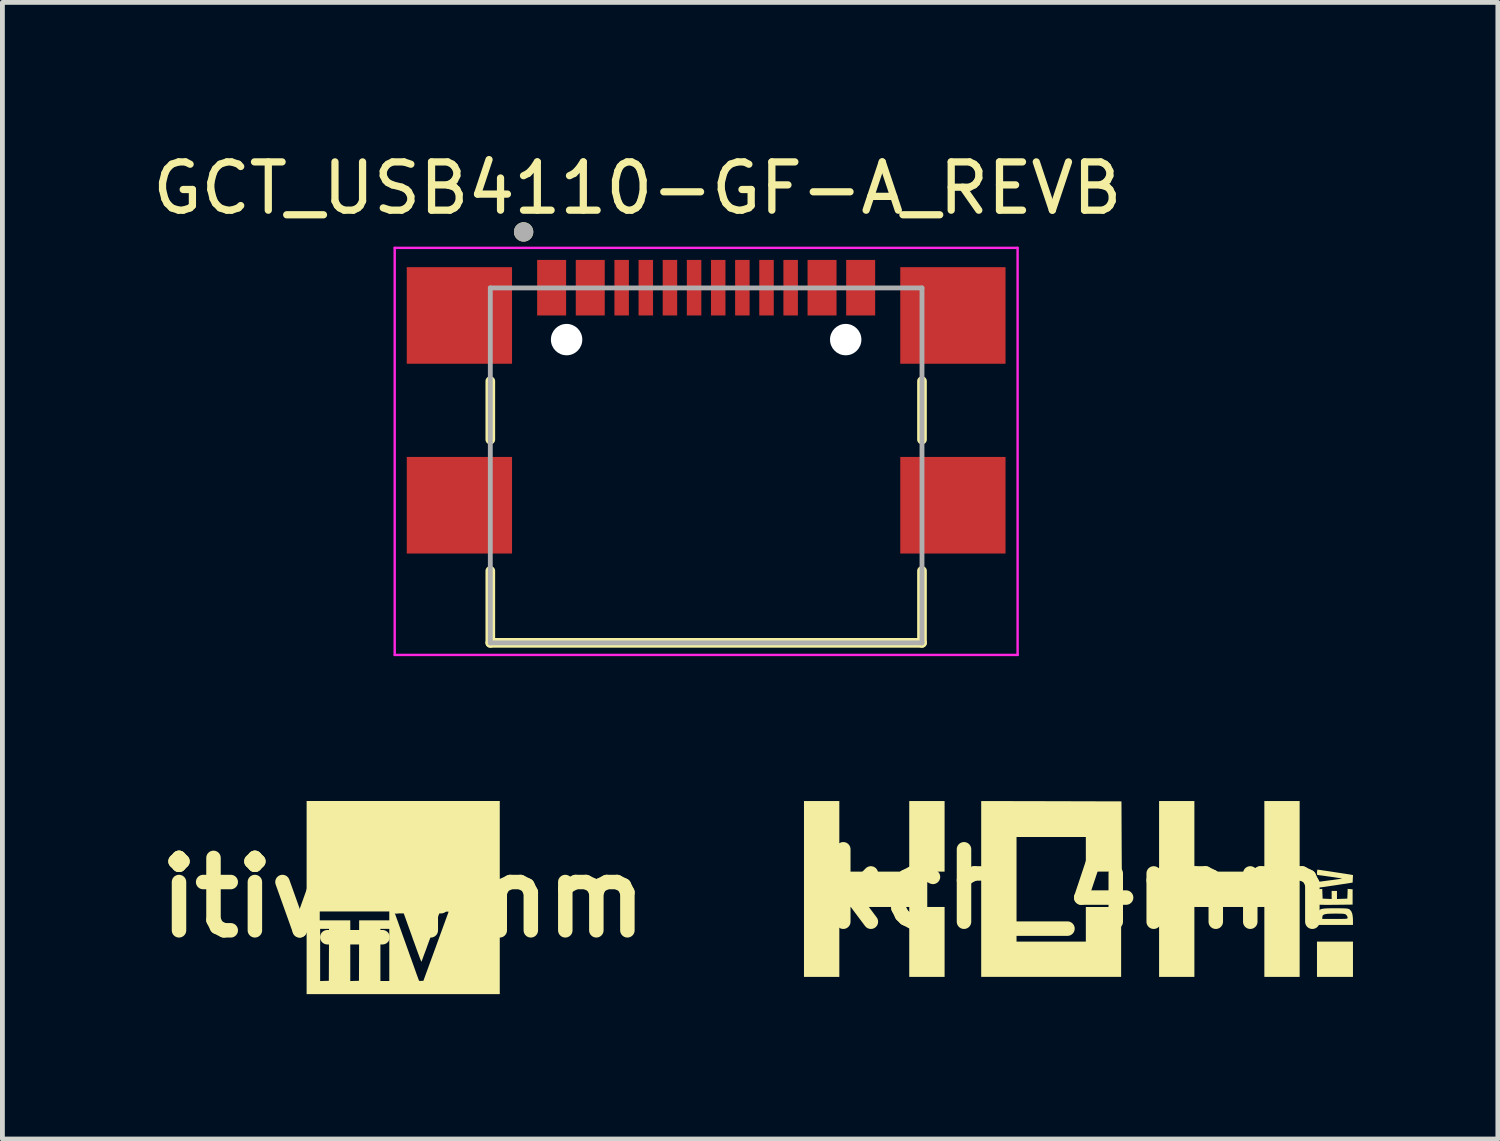
<source format=kicad_pcb>
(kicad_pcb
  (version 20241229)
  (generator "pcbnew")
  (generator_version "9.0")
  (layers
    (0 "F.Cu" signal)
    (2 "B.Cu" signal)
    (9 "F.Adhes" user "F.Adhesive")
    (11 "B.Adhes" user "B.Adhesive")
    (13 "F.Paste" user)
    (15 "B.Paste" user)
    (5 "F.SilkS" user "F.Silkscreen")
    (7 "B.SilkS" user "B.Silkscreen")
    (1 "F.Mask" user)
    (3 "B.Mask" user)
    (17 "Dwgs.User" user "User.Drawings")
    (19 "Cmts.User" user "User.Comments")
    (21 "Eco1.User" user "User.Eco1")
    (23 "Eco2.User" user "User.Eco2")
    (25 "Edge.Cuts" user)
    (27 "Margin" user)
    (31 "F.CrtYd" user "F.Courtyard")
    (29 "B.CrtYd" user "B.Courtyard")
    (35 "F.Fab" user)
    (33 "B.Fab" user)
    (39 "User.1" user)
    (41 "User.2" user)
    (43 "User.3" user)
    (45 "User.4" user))
  (footprint "GCT_USB4110-GF-A_REVB"
    (layer "F.Cu")
    (at 11.574 3.983)
    (property "Reference" "GCT_USB4110-GF-A_REVB" (at -1.425 -3.135 0) (layer "F.SilkS") (effects (font (size 1 1) (thickness 0.15))))
    (attr through_hole)
    (fp_line (start -4.47 0.86) (end -4.47 2.07) (stroke (width 0.2) (type solid)) (layer "F.SilkS"))
    (fp_line (start -4.47 4.79) (end -4.47 6.28) (stroke (width 0.2) (type solid)) (layer "F.SilkS"))
    (fp_line (start -4.47 6.28) (end 4.47 6.28) (stroke (width 0.2) (type solid)) (layer "F.SilkS"))
    (fp_line (start 4.47 0.86) (end 4.47 2.07) (stroke (width 0.2) (type solid)) (layer "F.SilkS"))
    (fp_line (start 4.47 6.28) (end 4.47 4.79) (stroke (width 0.2) (type solid)) (layer "F.SilkS"))
    (fp_circle (center -3.78 -2.23) (end -3.68 -2.23) (stroke (width 0.2) (type solid)) (fill no) (layer "F.SilkS"))
    (fp_line (start -6.45 -1.9) (end 6.45 -1.9) (stroke (width 0.05) (type solid)) (layer "F.CrtYd"))
    (fp_line (start -6.45 6.53) (end -6.45 -1.9) (stroke (width 0.05) (type solid)) (layer "F.CrtYd"))
    (fp_line (start 6.45 -1.9) (end 6.45 6.53) (stroke (width 0.05) (type solid)) (layer "F.CrtYd"))
    (fp_line (start 6.45 6.53) (end -6.45 6.53) (stroke (width 0.05) (type solid)) (layer "F.CrtYd"))
    (fp_line (start -4.47 -1.07) (end -4.47 6.28) (stroke (width 0.1) (type solid)) (layer "F.Fab"))
    (fp_line (start -4.47 6.28) (end 4.47 6.28) (stroke (width 0.1) (type solid)) (layer "F.Fab"))
    (fp_line (start 4.47 -1.07) (end -4.47 -1.07) (stroke (width 0.1) (type solid)) (layer "F.Fab"))
    (fp_line (start 4.47 6.28) (end 4.47 -1.07) (stroke (width 0.1) (type solid)) (layer "F.Fab"))
    (fp_circle (center -3.78 -2.23) (end -3.68 -2.23) (stroke (width 0.2) (type solid)) (fill no) (layer "F.Fab"))
    (pad "" np_thru_hole circle (at -2.89 0) (size 0.65 0.65) (drill 0.65) (layers "*.Cu" "*.Mask"))
    (pad "" np_thru_hole circle (at 2.89 0) (size 0.65 0.65) (drill 0.65) (layers "*.Cu" "*.Mask"))
    (pad "A1/B12" smd rect (at -3.2 -1.075) (size 0.6 1.15) (layers "F.Cu" "F.Mask" "F.Paste"))
    (pad "A4/B9" smd rect (at -2.4 -1.075) (size 0.6 1.15) (layers "F.Cu" "F.Mask" "F.Paste"))
    (pad "A5" smd rect (at -1.25 -1.075) (size 0.3 1.15) (layers "F.Cu" "F.Mask" "F.Paste"))
    (pad "A6" smd rect (at -0.25 -1.075) (size 0.3 1.15) (layers "F.Cu" "F.Mask" "F.Paste"))
    (pad "A7" smd rect (at 0.25 -1.075) (size 0.3 1.15) (layers "F.Cu" "F.Mask" "F.Paste"))
    (pad "A8" smd rect (at 1.25 -1.075) (size 0.3 1.15) (layers "F.Cu" "F.Mask" "F.Paste"))
    (pad "B1/A12" smd rect (at 3.2 -1.075) (size 0.6 1.15) (layers "F.Cu" "F.Mask" "F.Paste"))
    (pad "B4/A9" smd rect (at 2.4 -1.075) (size 0.6 1.15) (layers "F.Cu" "F.Mask" "F.Paste"))
    (pad "B5" smd rect (at 1.75 -1.075) (size 0.3 1.15) (layers "F.Cu" "F.Mask" "F.Paste"))
    (pad "B6" smd rect (at 0.75 -1.075) (size 0.3 1.15) (layers "F.Cu" "F.Mask" "F.Paste"))
    (pad "B7" smd rect (at -0.75 -1.075) (size 0.3 1.15) (layers "F.Cu" "F.Mask" "F.Paste"))
    (pad "B8" smd rect (at -1.75 -1.075) (size 0.3 1.15) (layers "F.Cu" "F.Mask" "F.Paste"))
    (pad "S1" smd rect (at -5.11 -0.5) (size 2.18 2) (layers "F.Cu" "F.Mask" "F.Paste"))
    (pad "S2" smd rect (at 5.11 -0.5) (size 2.18 2) (layers "F.Cu" "F.Mask" "F.Paste"))
    (pad "S3" smd rect (at -5.11 3.43) (size 2.18 2) (layers "F.Cu" "F.Mask" "F.Paste"))
    (pad "S4" smd rect (at 5.11 3.43) (size 2.18 2) (layers "F.Cu" "F.Mask" "F.Paste")))
  (footprint "kch_4mm"
    (layer "F.Cu")
    (at 19.271 15.36)
    (property "Reference" "kch_4mm" (at 0 0 0) (layer "F.SilkS") (effects (font (size 1.5 1.5) (thickness 0.3))))
    (attr board_only exclude_from_pos_files exclude_from_bom)
    (fp_poly (pts (xy 5.698 1.456) (xy 5.698 1.821) (xy 5.326 1.821) (xy 4.953 1.821) (xy 4.953 1.456) (xy 4.953 1.09) (xy 5.326 1.09) (xy 5.698 1.09)) (stroke (width 0) (type solid)) (fill yes) (layer "F.SilkS"))
    (fp_poly (pts (xy -0.548 -1.818) (xy 0.904 -1.814) (xy 0.907 -1.087) (xy 0.911 -0.359) (xy 0.538 -0.359) (xy 0.166 -0.359) (xy 0.166 -0.717) (xy 0.166 -1.076) (xy -0.552 -1.076) (xy -1.269 -1.076) (xy -1.269 0.007) (xy -1.269 1.09) (xy -0.552 1.09) (xy 0.166 1.09) (xy 0.166 0.731) (xy 0.166 0.373) (xy 0.531 0.373) (xy 0.897 0.373) (xy 0.897 1.097) (xy 0.897 1.821) (xy -0.552 1.821) (xy -2.001 1.821) (xy -2.001 -0.000064) (xy -2.001 -1.821)) (stroke (width 0) (type solid)) (fill yes) (layer "F.SilkS"))
    (fp_poly (pts (xy 2.414 -1.09) (xy 2.414 -0.359) (xy 3.139 -0.359) (xy 3.863 -0.359) (xy 3.863 -1.09) (xy 3.863 -1.821) (xy 4.229 -1.821) (xy 4.594 -1.821) (xy 4.594 0) (xy 4.594 1.821) (xy 4.229 1.821) (xy 3.863 1.821) (xy 3.863 1.097) (xy 3.863 0.373) (xy 3.139 0.373) (xy 2.414 0.373) (xy 2.414 1.097) (xy 2.414 1.821) (xy 2.049 1.821) (xy 1.683 1.821) (xy 1.683 0) (xy 1.683 -1.821) (xy 2.049 -1.821) (xy 2.414 -1.821)) (stroke (width 0) (type solid)) (fill yes) (layer "F.SilkS"))
    (fp_poly (pts (xy -4.939 -1.09) (xy -4.939 -0.359) (xy -4.215 -0.359) (xy -3.491 -0.359) (xy -3.491 -1.09) (xy -3.491 -1.821) (xy -3.125 -1.821) (xy -2.759 -1.821) (xy -2.759 -1.09) (xy -2.759 -0.359) (xy -2.939 -0.359) (xy -3.118 -0.359) (xy -3.118 0.007) (xy -3.118 0.373) (xy -2.939 0.373) (xy -2.759 0.373) (xy -2.759 1.097) (xy -2.759 1.821) (xy -3.125 1.821) (xy -3.491 1.821) (xy -3.491 1.097) (xy -3.491 0.373) (xy -4.215 0.373) (xy -4.939 0.373) (xy -4.939 1.097) (xy -4.939 1.821) (xy -5.305 1.821) (xy -5.671 1.821) (xy -5.671 0) (xy -5.671 -1.821) (xy -5.305 -1.821) (xy -4.939 -1.821)) (stroke (width 0) (type solid)) (fill yes) (layer "F.SilkS"))
    (fp_poly (pts (xy 5.64 0.003) (xy 5.691 0.007) (xy 5.691 0.166) (xy 5.691 0.324) (xy 5.329 0.328) (xy 5.215 0.329) (xy 5.127 0.329) (xy 5.06 0.328) (xy 5.013 0.326) (xy 4.982 0.323) (xy 4.965 0.318) (xy 4.959 0.313) (xy 4.957 0.292) (xy 4.955 0.251) (xy 4.955 0.195) (xy 4.956 0.151) (xy 4.96 0.007) (xy 5.011 0.003) (xy 5.062 -0.002) (xy 5.066 0.099) (xy 5.07 0.2) (xy 5.163 0.204) (xy 5.257 0.208) (xy 5.257 0.125) (xy 5.257 0.041) (xy 5.312 0.041) (xy 5.367 0.041) (xy 5.367 0.125) (xy 5.367 0.208) (xy 5.474 0.204) (xy 5.581 0.2) (xy 5.585 0.099) (xy 5.589 -0.002)) (stroke (width 0) (type solid)) (fill yes) (layer "F.SilkS"))
    (fp_poly (pts (xy 4.982 -0.398) (xy 5.021 -0.393) (xy 5.078 -0.384) (xy 5.149 -0.374) (xy 5.229 -0.362) (xy 5.313 -0.349) (xy 5.398 -0.336) (xy 5.478 -0.324) (xy 5.549 -0.313) (xy 5.606 -0.304) (xy 5.645 -0.298) (xy 5.654 -0.296) (xy 5.699 -0.288) (xy 5.695 -0.21) (xy 5.691 -0.132) (xy 5.353 -0.08) (xy 5.258 -0.066) (xy 5.171 -0.053) (xy 5.096 -0.042) (xy 5.036 -0.034) (xy 4.997 -0.029) (xy 4.983 -0.028) (xy 4.964 -0.031) (xy 4.955 -0.044) (xy 4.955 -0.075) (xy 4.956 -0.086) (xy 4.96 -0.145) (xy 5.218 -0.179) (xy 5.299 -0.189) (xy 5.368 -0.199) (xy 5.423 -0.207) (xy 5.459 -0.213) (xy 5.472 -0.217) (xy 5.472 -0.217) (xy 5.458 -0.22) (xy 5.422 -0.225) (xy 5.369 -0.233) (xy 5.305 -0.243) (xy 5.234 -0.253) (xy 5.161 -0.263) (xy 5.092 -0.273) (xy 5.033 -0.281) (xy 4.988 -0.287) (xy 4.962 -0.29) (xy 4.958 -0.29) (xy 4.955 -0.302) (xy 4.953 -0.333) (xy 4.953 -0.345) (xy 4.956 -0.379) (xy 4.963 -0.399) (xy 4.965 -0.4)) (stroke (width 0) (type solid)) (fill yes) (layer "F.SilkS"))
    (fp_poly (pts (xy 5.42 0.4) (xy 5.491 0.401) (xy 5.541 0.403) (xy 5.577 0.406) (xy 5.601 0.411) (xy 5.618 0.418) (xy 5.633 0.427) (xy 5.634 0.428) (xy 5.666 0.467) (xy 5.687 0.525) (xy 5.697 0.605) (xy 5.698 0.652) (xy 5.698 0.745) (xy 5.326 0.745) (xy 4.953 0.745) (xy 4.953 0.641) (xy 4.955 0.587) (xy 5.063 0.587) (xy 5.063 0.621) (xy 5.326 0.621) (xy 5.417 0.621) (xy 5.484 0.62) (xy 5.531 0.619) (xy 5.561 0.616) (xy 5.578 0.611) (xy 5.586 0.605) (xy 5.588 0.596) (xy 5.588 0.593) (xy 5.578 0.563) (xy 5.56 0.538) (xy 5.547 0.527) (xy 5.53 0.52) (xy 5.504 0.515) (xy 5.465 0.512) (xy 5.407 0.511) (xy 5.329 0.51) (xy 5.235 0.512) (xy 5.166 0.515) (xy 5.118 0.523) (xy 5.087 0.535) (xy 5.07 0.553) (xy 5.064 0.578) (xy 5.063 0.587) (xy 4.955 0.587) (xy 4.956 0.582) (xy 4.963 0.528) (xy 4.972 0.491) (xy 4.986 0.462) (xy 5.001 0.44) (xy 5.022 0.424) (xy 5.053 0.413) (xy 5.096 0.406) (xy 5.156 0.402) (xy 5.237 0.4) (xy 5.327 0.4)) (stroke (width 0) (type solid)) (fill yes) (layer "F.SilkS")))
  (footprint "itiv_4mm"
    (layer "F.Cu")
    (at 5.3 15.538)
    (property "Reference" "itiv_4mm" (at 0 0 0) (layer "F.SilkS") (effects (font (size 1.5 1.5) (thickness 0.3))))
    (attr board_only exclude_from_pos_files exclude_from_bom)
    (fp_poly (pts (xy 2 0) (xy 2 2) (xy 0 2) (xy -2 2) (xy -2 1.188) (xy -1.72 1.188) (xy -1.72 1.729) (xy -1.63 1.726) (xy -1.54 1.724) (xy -1.538 1.186) (xy -1.536 0.648) (xy -1.628 0.648) (xy -1.72 0.648) (xy -1.72 1.188) (xy -2 1.188) (xy -2 0.38) (xy -1.728 0.38) (xy -1.728 0.472) (xy -1.412 0.472) (xy -1.096 0.472) (xy -1.096 1.1) (xy -1.096 1.729) (xy -1.006 1.726) (xy -0.916 1.724) (xy -0.914 1.188) (xy -0.472 1.188) (xy -0.472 1.728) (xy -0.38 1.728) (xy -0.288 1.728) (xy -0.288 1.188) (xy -0.288 0.648) (xy -0.38 0.648) (xy -0.472 0.648) (xy -0.472 1.188) (xy -0.914 1.188) (xy -0.914 1.098) (xy -0.912 0.472) (xy -0.6 0.472) (xy -0.288 0.472) (xy -0.288 0.38) (xy -0.288 0.292) (xy -0.184 0.292) (xy -0.181 0.3) (xy -0.174 0.322) (xy -0.162 0.356) (xy -0.146 0.401) (xy -0.126 0.456) (xy -0.103 0.52) (xy -0.078 0.592) (xy -0.05 0.669) (xy -0.021 0.752) (xy 0.01 0.838) (xy 0.042 0.927) (xy 0.074 1.016) (xy 0.106 1.106) (xy 0.137 1.194) (xy 0.168 1.279) (xy 0.197 1.36) (xy 0.224 1.436) (xy 0.249 1.506) (xy 0.271 1.568) (xy 0.29 1.62) (xy 0.306 1.663) (xy 0.317 1.693) (xy 0.323 1.711) (xy 0.324 1.714) (xy 0.331 1.723) (xy 0.343 1.727) (xy 0.367 1.727) (xy 0.374 1.726) (xy 0.418 1.724) (xy 0.68 1.008) (xy 0.941 0.292) (xy 0.853 0.29) (xy 0.809 0.289) (xy 0.779 0.291) (xy 0.763 0.294) (xy 0.759 0.297) (xy 0.756 0.306) (xy 0.747 0.329) (xy 0.734 0.364) (xy 0.717 0.41) (xy 0.696 0.467) (xy 0.672 0.532) (xy 0.645 0.605) (xy 0.616 0.684) (xy 0.585 0.768) (xy 0.568 0.815) (xy 0.536 0.901) (xy 0.506 0.983) (xy 0.479 1.059) (xy 0.453 1.128) (xy 0.43 1.189) (xy 0.411 1.241) (xy 0.396 1.282) (xy 0.385 1.311) (xy 0.378 1.327) (xy 0.377 1.33) (xy 0.374 1.323) (xy 0.365 1.303) (xy 0.352 1.27) (xy 0.335 1.226) (xy 0.315 1.171) (xy 0.291 1.107) (xy 0.265 1.035) (xy 0.237 0.957) (xy 0.206 0.873) (xy 0.185 0.812) (xy -0.003 0.288) (xy -0.093 0.288) (xy -0.129 0.288) (xy -0.158 0.289) (xy -0.178 0.291) (xy -0.184 0.292) (xy -0.288 0.292) (xy -0.288 0.288) (xy -1.008 0.288) (xy -1.728 0.288) (xy -1.728 0.38) (xy -2 0.38) (xy -2 0) (xy -2 -2) (xy 0 -2) (xy 2 -2)) (stroke (width 0) (type solid)) (fill yes) (layer "F.SilkS")))
  (gr_rect
    (start -3 -3)
    (end 27.97 20.538)
    (stroke (width 0.1) (type default))
    (fill no)
    (layer "Edge.Cuts")))
</source>
